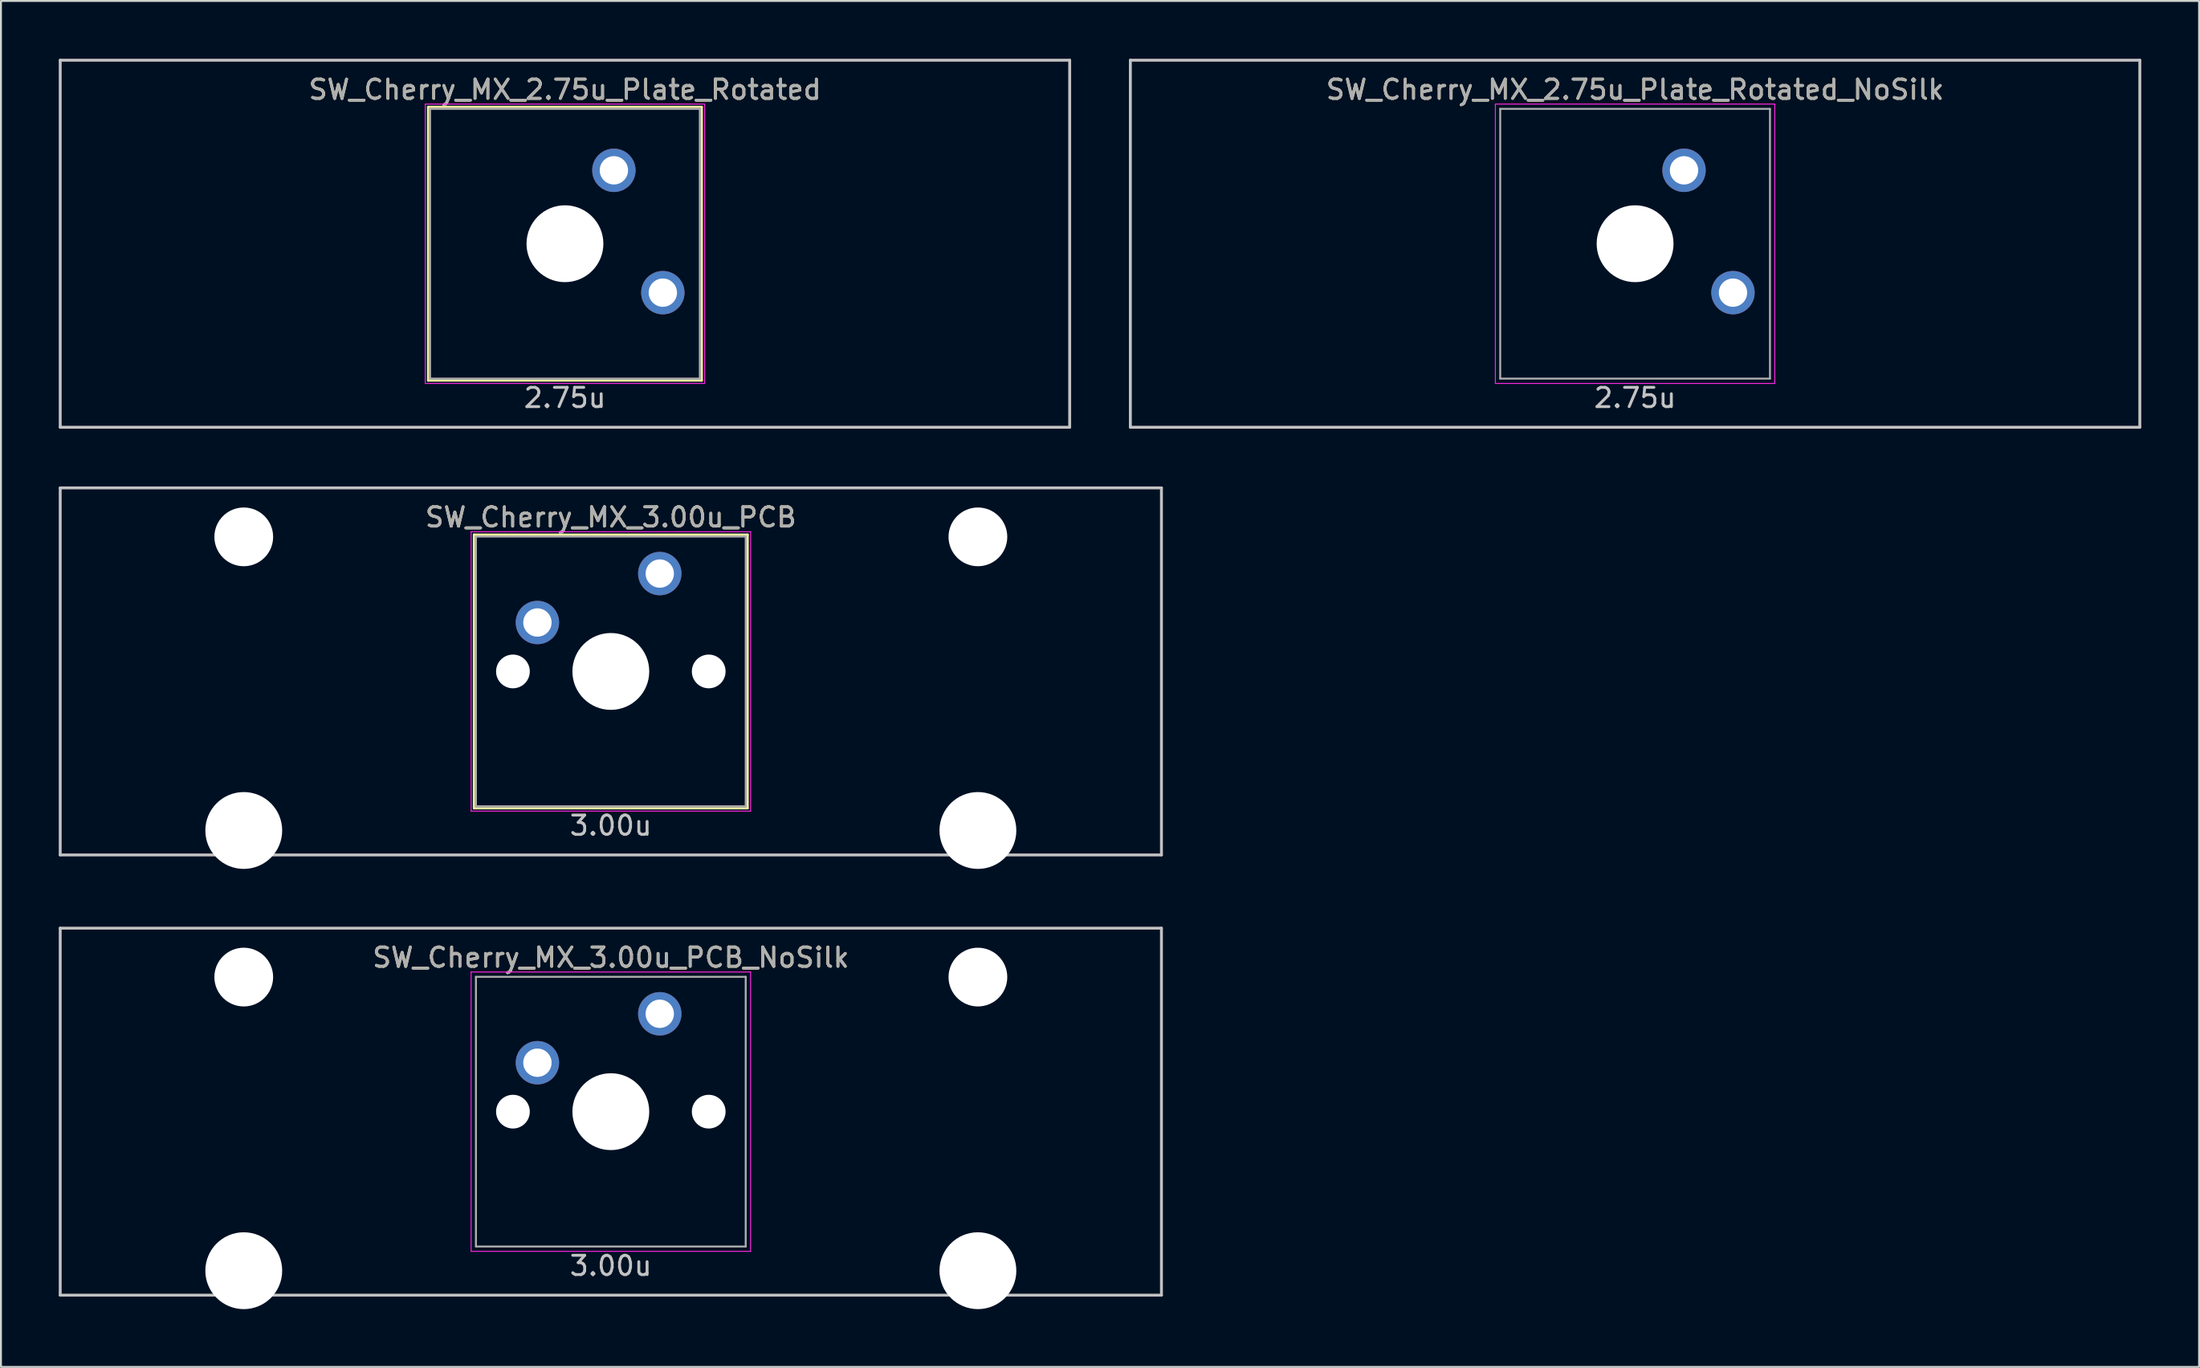
<source format=kicad_pcb>
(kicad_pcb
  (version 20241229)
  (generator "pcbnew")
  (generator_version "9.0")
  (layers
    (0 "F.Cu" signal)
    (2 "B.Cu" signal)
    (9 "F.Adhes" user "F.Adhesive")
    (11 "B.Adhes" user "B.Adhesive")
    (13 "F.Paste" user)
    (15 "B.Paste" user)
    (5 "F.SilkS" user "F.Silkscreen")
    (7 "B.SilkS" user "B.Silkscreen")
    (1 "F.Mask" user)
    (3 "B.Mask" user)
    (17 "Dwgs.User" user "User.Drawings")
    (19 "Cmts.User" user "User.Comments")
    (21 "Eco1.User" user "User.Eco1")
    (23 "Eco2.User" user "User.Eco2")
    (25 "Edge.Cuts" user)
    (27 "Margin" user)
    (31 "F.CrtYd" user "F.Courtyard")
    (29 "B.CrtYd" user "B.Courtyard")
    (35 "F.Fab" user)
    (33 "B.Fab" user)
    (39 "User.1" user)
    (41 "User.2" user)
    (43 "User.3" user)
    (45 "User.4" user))
  (footprint "SW_Cherry_MX_3.00u_PCB_NoSilk"
    (layer "F.Cu")
    (at 28.65 54.649)
    (property "Reference" "SW_Cherry_MX_3.00u_PCB_NoSilk" (at 0 -8 0) (layer "F.SilkS") (effects (font (size 1 1) (thickness 0.15))))
    (attr through_hole)
    (fp_line (start -28.575 -9.525) (end 28.575 -9.525) (stroke (width 0.15) (type solid)) (layer "Dwgs.User"))
    (fp_line (start -28.575 9.525) (end -28.575 -9.525) (stroke (width 0.15) (type solid)) (layer "Dwgs.User"))
    (fp_line (start -28.575 9.525) (end 28.575 9.525) (stroke (width 0.15) (type solid)) (layer "Dwgs.User"))
    (fp_line (start 28.575 -9.525) (end 28.575 9.525) (stroke (width 0.15) (type solid)) (layer "Dwgs.User"))
    (fp_line (start -7.25 -7.25) (end 7.25 -7.25) (stroke (width 0.05) (type solid)) (layer "F.CrtYd"))
    (fp_line (start -7.25 7.25) (end -7.25 -7.25) (stroke (width 0.05) (type solid)) (layer "F.CrtYd"))
    (fp_line (start 7.25 -7.25) (end 7.25 7.25) (stroke (width 0.05) (type solid)) (layer "F.CrtYd"))
    (fp_line (start 7.25 7.25) (end -7.25 7.25) (stroke (width 0.05) (type solid)) (layer "F.CrtYd"))
    (fp_line (start -7 -7) (end 7 -7) (stroke (width 0.1) (type solid)) (layer "F.Fab"))
    (fp_line (start -7 7) (end -7 -7) (stroke (width 0.1) (type solid)) (layer "F.Fab"))
    (fp_line (start 7 -7) (end 7 7) (stroke (width 0.1) (type solid)) (layer "F.Fab"))
    (fp_line (start 7 7) (end -7 7) (stroke (width 0.1) (type solid)) (layer "F.Fab"))
    (fp_text user "3.00u" (at 0 8 0) (layer "Dwgs.User") (effects (font (size 1 1) (thickness 0.15))))
    (fp_text user "${REFERENCE}" (at 0 -8 0) (layer "F.Fab") (effects (font (size 1 1) (thickness 0.15))))
    (pad "" np_thru_hole circle (at -19.05 -6.985) (size 3.048 3.048) (drill 3.048) (layers "*.Cu" "*.Mask"))
    (pad "" np_thru_hole circle (at -19.05 8.255) (size 3.988 3.988) (drill 3.988) (layers "*.Cu" "*.Mask"))
    (pad "" np_thru_hole circle (at -5.08 0 48.1) (size 1.75 1.75) (drill 1.75) (layers "*.Cu" "*.Mask"))
    (pad "" np_thru_hole circle (at 0 0) (size 3.988 3.988) (drill 3.988) (layers "*.Cu" "*.Mask"))
    (pad "" np_thru_hole circle (at 5.08 0 48.1) (size 1.75 1.75) (drill 1.75) (layers "*.Cu" "*.Mask"))
    (pad "" np_thru_hole circle (at 19.05 -6.985) (size 3.048 3.048) (drill 3.048) (layers "*.Cu" "*.Mask"))
    (pad "" np_thru_hole circle (at 19.05 8.255) (size 3.988 3.988) (drill 3.988) (layers "*.Cu" "*.Mask"))
    (pad "1" thru_hole circle (at -3.81 -2.54 48.1) (size 2.25 2.25) (drill 1.47) (layers "*.Cu" "B.Mask"))
    (pad "2" thru_hole circle (at 2.54 -5.08) (size 2.25 2.25) (drill 1.47) (layers "*.Cu" "B.Mask")))
  (footprint "SW_Cherry_MX_3.00u_PCB"
    (layer "F.Cu")
    (at 28.65 31.8)
    (property "Reference" "SW_Cherry_MX_3.00u_PCB" (at 0 -8 0) (layer "F.SilkS") (effects (font (size 1 1) (thickness 0.15))))
    (attr through_hole)
    (fp_line (start -7.1 -7.1) (end 7.1 -7.1) (stroke (width 0.12) (type solid)) (layer "F.SilkS"))
    (fp_line (start -7.1 7.1) (end -7.1 -7.1) (stroke (width 0.12) (type solid)) (layer "F.SilkS"))
    (fp_line (start 7.1 -7.1) (end 7.1 7.1) (stroke (width 0.12) (type solid)) (layer "F.SilkS"))
    (fp_line (start 7.1 7.1) (end -7.1 7.1) (stroke (width 0.12) (type solid)) (layer "F.SilkS"))
    (fp_line (start -28.575 -9.525) (end 28.575 -9.525) (stroke (width 0.15) (type solid)) (layer "Dwgs.User"))
    (fp_line (start -28.575 9.525) (end -28.575 -9.525) (stroke (width 0.15) (type solid)) (layer "Dwgs.User"))
    (fp_line (start -28.575 9.525) (end 28.575 9.525) (stroke (width 0.15) (type solid)) (layer "Dwgs.User"))
    (fp_line (start 28.575 -9.525) (end 28.575 9.525) (stroke (width 0.15) (type solid)) (layer "Dwgs.User"))
    (fp_line (start -7.25 -7.25) (end 7.25 -7.25) (stroke (width 0.05) (type solid)) (layer "F.CrtYd"))
    (fp_line (start -7.25 7.25) (end -7.25 -7.25) (stroke (width 0.05) (type solid)) (layer "F.CrtYd"))
    (fp_line (start 7.25 -7.25) (end 7.25 7.25) (stroke (width 0.05) (type solid)) (layer "F.CrtYd"))
    (fp_line (start 7.25 7.25) (end -7.25 7.25) (stroke (width 0.05) (type solid)) (layer "F.CrtYd"))
    (fp_line (start -7 -7) (end 7 -7) (stroke (width 0.1) (type solid)) (layer "F.Fab"))
    (fp_line (start -7 7) (end -7 -7) (stroke (width 0.1) (type solid)) (layer "F.Fab"))
    (fp_line (start 7 -7) (end 7 7) (stroke (width 0.1) (type solid)) (layer "F.Fab"))
    (fp_line (start 7 7) (end -7 7) (stroke (width 0.1) (type solid)) (layer "F.Fab"))
    (fp_text user "3.00u" (at 0 8 0) (layer "Dwgs.User") (effects (font (size 1 1) (thickness 0.15))))
    (fp_text user "${REFERENCE}" (at 0 -8 0) (layer "F.Fab") (effects (font (size 1 1) (thickness 0.15))))
    (pad "" np_thru_hole circle (at -19.05 -6.985) (size 3.048 3.048) (drill 3.048) (layers "*.Cu" "*.Mask"))
    (pad "" np_thru_hole circle (at -19.05 8.255) (size 3.988 3.988) (drill 3.988) (layers "*.Cu" "*.Mask"))
    (pad "" np_thru_hole circle (at -5.08 0 48.1) (size 1.75 1.75) (drill 1.75) (layers "*.Cu" "*.Mask"))
    (pad "" np_thru_hole circle (at 0 0) (size 3.988 3.988) (drill 3.988) (layers "*.Cu" "*.Mask"))
    (pad "" np_thru_hole circle (at 5.08 0 48.1) (size 1.75 1.75) (drill 1.75) (layers "*.Cu" "*.Mask"))
    (pad "" np_thru_hole circle (at 19.05 -6.985) (size 3.048 3.048) (drill 3.048) (layers "*.Cu" "*.Mask"))
    (pad "" np_thru_hole circle (at 19.05 8.255) (size 3.988 3.988) (drill 3.988) (layers "*.Cu" "*.Mask"))
    (pad "1" thru_hole circle (at -3.81 -2.54 48.1) (size 2.25 2.25) (drill 1.47) (layers "*.Cu" "B.Mask"))
    (pad "2" thru_hole circle (at 2.54 -5.08) (size 2.25 2.25) (drill 1.47) (layers "*.Cu" "B.Mask")))
  (footprint "SW_Cherry_MX_2.75u_Plate_Rotated"
    (layer "F.Cu")
    (at 26.269 9.6)
    (property "Reference" "SW_Cherry_MX_2.75u_Plate_Rotated" (at 0 -8 0) (layer "F.SilkS") (effects (font (size 1 1) (thickness 0.15))))
    (attr through_hole)
    (fp_line (start -7.1 -7.1) (end 7.1 -7.1) (stroke (width 0.12) (type solid)) (layer "F.SilkS"))
    (fp_line (start -7.1 7.1) (end -7.1 -7.1) (stroke (width 0.12) (type solid)) (layer "F.SilkS"))
    (fp_line (start 7.1 -7.1) (end 7.1 7.1) (stroke (width 0.12) (type solid)) (layer "F.SilkS"))
    (fp_line (start 7.1 7.1) (end -7.1 7.1) (stroke (width 0.12) (type solid)) (layer "F.SilkS"))
    (fp_line (start -26.194 -9.525) (end 26.194 -9.525) (stroke (width 0.15) (type solid)) (layer "Dwgs.User"))
    (fp_line (start -26.194 9.525) (end -26.194 -9.525) (stroke (width 0.15) (type solid)) (layer "Dwgs.User"))
    (fp_line (start -26.194 9.525) (end 26.194 9.525) (stroke (width 0.15) (type solid)) (layer "Dwgs.User"))
    (fp_line (start 26.194 -9.525) (end 26.194 9.525) (stroke (width 0.15) (type solid)) (layer "Dwgs.User"))
    (fp_line (start -7.25 -7.25) (end 7.25 -7.25) (stroke (width 0.05) (type solid)) (layer "F.CrtYd"))
    (fp_line (start -7.25 7.25) (end -7.25 -7.25) (stroke (width 0.05) (type solid)) (layer "F.CrtYd"))
    (fp_line (start 7.25 -7.25) (end 7.25 7.25) (stroke (width 0.05) (type solid)) (layer "F.CrtYd"))
    (fp_line (start 7.25 7.25) (end -7.25 7.25) (stroke (width 0.05) (type solid)) (layer "F.CrtYd"))
    (fp_line (start -7 -7) (end 7 -7) (stroke (width 0.1) (type solid)) (layer "F.Fab"))
    (fp_line (start -7 7) (end -7 -7) (stroke (width 0.1) (type solid)) (layer "F.Fab"))
    (fp_line (start 7 -7) (end 7 7) (stroke (width 0.1) (type solid)) (layer "F.Fab"))
    (fp_line (start 7 7) (end -7 7) (stroke (width 0.1) (type solid)) (layer "F.Fab"))
    (fp_text user "2.75u" (at 0 8 0) (layer "Dwgs.User") (effects (font (size 1 1) (thickness 0.15))))
    (fp_text user "${REFERENCE}" (at 0 -8 0) (layer "F.Fab") (effects (font (size 1 1) (thickness 0.15))))
    (pad "" np_thru_hole circle (at 0 0 270) (size 3.988 3.988) (drill 3.988) (layers "*.Cu" "*.Mask"))
    (pad "1" thru_hole circle (at 2.54 -3.81 270) (size 2.25 2.25) (drill 1.47) (layers "*.Cu" "B.Mask"))
    (pad "2" thru_hole circle (at 5.08 2.54 270) (size 2.25 2.25) (drill 1.47) (layers "*.Cu" "B.Mask")))
  (footprint "SW_Cherry_MX_2.75u_Plate_Rotated_NoSilk"
    (layer "F.Cu")
    (at 81.806 9.6)
    (property "Reference" "SW_Cherry_MX_2.75u_Plate_Rotated_NoSilk" (at 0 -8 0) (layer "F.SilkS") (effects (font (size 1 1) (thickness 0.15))))
    (attr through_hole)
    (fp_line (start -26.194 -9.525) (end 26.194 -9.525) (stroke (width 0.15) (type solid)) (layer "Dwgs.User"))
    (fp_line (start -26.194 9.525) (end -26.194 -9.525) (stroke (width 0.15) (type solid)) (layer "Dwgs.User"))
    (fp_line (start -26.194 9.525) (end 26.194 9.525) (stroke (width 0.15) (type solid)) (layer "Dwgs.User"))
    (fp_line (start 26.194 -9.525) (end 26.194 9.525) (stroke (width 0.15) (type solid)) (layer "Dwgs.User"))
    (fp_line (start -7.25 -7.25) (end 7.25 -7.25) (stroke (width 0.05) (type solid)) (layer "F.CrtYd"))
    (fp_line (start -7.25 7.25) (end -7.25 -7.25) (stroke (width 0.05) (type solid)) (layer "F.CrtYd"))
    (fp_line (start 7.25 -7.25) (end 7.25 7.25) (stroke (width 0.05) (type solid)) (layer "F.CrtYd"))
    (fp_line (start 7.25 7.25) (end -7.25 7.25) (stroke (width 0.05) (type solid)) (layer "F.CrtYd"))
    (fp_line (start -7 -7) (end 7 -7) (stroke (width 0.1) (type solid)) (layer "F.Fab"))
    (fp_line (start -7 7) (end -7 -7) (stroke (width 0.1) (type solid)) (layer "F.Fab"))
    (fp_line (start 7 -7) (end 7 7) (stroke (width 0.1) (type solid)) (layer "F.Fab"))
    (fp_line (start 7 7) (end -7 7) (stroke (width 0.1) (type solid)) (layer "F.Fab"))
    (fp_text user "2.75u" (at 0 8 0) (layer "Dwgs.User") (effects (font (size 1 1) (thickness 0.15))))
    (fp_text user "${REFERENCE}" (at 0 -8 0) (layer "F.Fab") (effects (font (size 1 1) (thickness 0.15))))
    (pad "" np_thru_hole circle (at 0 0 270) (size 3.988 3.988) (drill 3.988) (layers "*.Cu" "*.Mask"))
    (pad "1" thru_hole circle (at 2.54 -3.81 270) (size 2.25 2.25) (drill 1.47) (layers "*.Cu" "B.Mask"))
    (pad "2" thru_hole circle (at 5.08 2.54 270) (size 2.25 2.25) (drill 1.47) (layers "*.Cu" "B.Mask")))
  (gr_rect
    (start -3 -3)
    (end 111.075 67.898)
    (stroke (width 0.1) (type default))
    (fill no)
    (layer "Edge.Cuts")))
</source>
